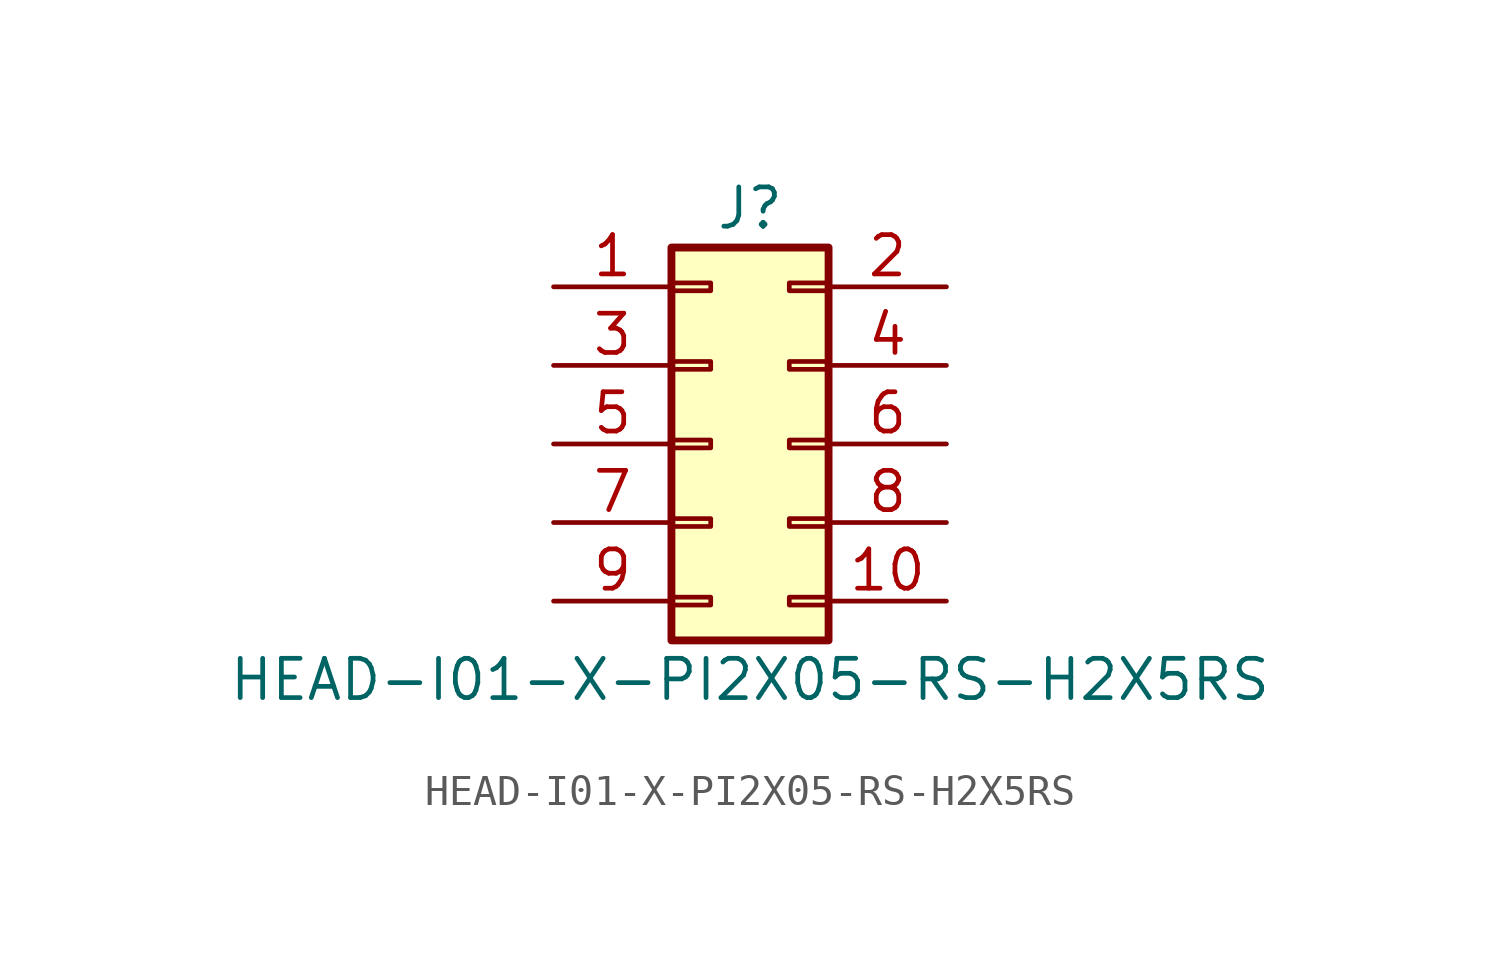
<source format=kicad_sym>
(kicad_symbol_lib
  (version 20211014)
  (generator kicad_symbol_editor)
  (symbol "HEAD-I01-X-PI2X05-RS-H2X5RS"
    (pin_names
      (offset 1.016) hide)
    (property "Reference" "J"
      (at 1.27 7.62 0)
      (effects (font (size 1.27 1.27))))
    (property "Value" "HEAD-I01-X-PI2X05-RS-H2X5RS"
      (at 1.27 -7.62 0)
      (effects (font (size 1.27 1.27))))
    (symbol "HEAD-I01-X-PI2X05-RS-H2X5RS_1_1"
      (rectangle (start -1.27 -4.953) (end 0 -5.207) (stroke (width 0.152) (type default) (color 0 0 0 0)) (fill (type none)))
      (rectangle (start -1.27 -2.413) (end 0 -2.667) (stroke (width 0.152) (type default) (color 0 0 0 0)) (fill (type none)))
      (rectangle (start -1.27 0.127) (end 0 -0.127) (stroke (width 0.152) (type default) (color 0 0 0 0)) (fill (type none)))
      (rectangle (start -1.27 2.667) (end 0 2.413) (stroke (width 0.152) (type default) (color 0 0 0 0)) (fill (type none)))
      (rectangle (start -1.27 5.207) (end 0 4.953) (stroke (width 0.152) (type default) (color 0 0 0 0)) (fill (type none)))
      (rectangle (start -1.27 6.35) (end 3.81 -6.35) (stroke (width 0.254) (type default) (color 0 0 0 0)) (fill (type background)))
      (rectangle (start 3.81 -4.953) (end 2.54 -5.207) (stroke (width 0.152) (type default) (color 0 0 0 0)) (fill (type none)))
      (rectangle (start 3.81 -2.413) (end 2.54 -2.667) (stroke (width 0.152) (type default) (color 0 0 0 0)) (fill (type none)))
      (rectangle (start 3.81 0.127) (end 2.54 -0.127) (stroke (width 0.152) (type default) (color 0 0 0 0)) (fill (type none)))
      (rectangle (start 3.81 2.667) (end 2.54 2.413) (stroke (width 0.152) (type default) (color 0 0 0 0)) (fill (type none)))
      (rectangle (start 3.81 5.207) (end 2.54 4.953) (stroke (width 0.152) (type default) (color 0 0 0 0)) (fill (type none)))
      (pin passive line (at -5.08 5.08 0) (length 3.81) (name "Pin_1" (effects (font (size 1.27 1.27)))) (number "1" (effects (font (size 1.27 1.27)))))
      (pin passive line (at 7.62 -5.08 180) (length 3.81) (name "Pin_10" (effects (font (size 1.27 1.27)))) (number "10" (effects (font (size 1.27 1.27)))))
      (pin passive line (at 7.62 5.08 180) (length 3.81) (name "Pin_2" (effects (font (size 1.27 1.27)))) (number "2" (effects (font (size 1.27 1.27)))))
      (pin passive line (at -5.08 2.54 0) (length 3.81) (name "Pin_3" (effects (font (size 1.27 1.27)))) (number "3" (effects (font (size 1.27 1.27)))))
      (pin passive line (at 7.62 2.54 180) (length 3.81) (name "Pin_4" (effects (font (size 1.27 1.27)))) (number "4" (effects (font (size 1.27 1.27)))))
      (pin passive line (at -5.08 0 0) (length 3.81) (name "Pin_5" (effects (font (size 1.27 1.27)))) (number "5" (effects (font (size 1.27 1.27)))))
      (pin passive line (at 7.62 0 180) (length 3.81) (name "Pin_6" (effects (font (size 1.27 1.27)))) (number "6" (effects (font (size 1.27 1.27)))))
      (pin passive line (at -5.08 -2.54 0) (length 3.81) (name "Pin_7" (effects (font (size 1.27 1.27)))) (number "7" (effects (font (size 1.27 1.27)))))
      (pin passive line (at 7.62 -2.54 180) (length 3.81) (name "Pin_8" (effects (font (size 1.27 1.27)))) (number "8" (effects (font (size 1.27 1.27)))))
      (pin passive line (at -5.08 -5.08 0) (length 3.81) (name "Pin_9" (effects (font (size 1.27 1.27)))) (number "9" (effects (font (size 1.27 1.27))))))))
</source>
